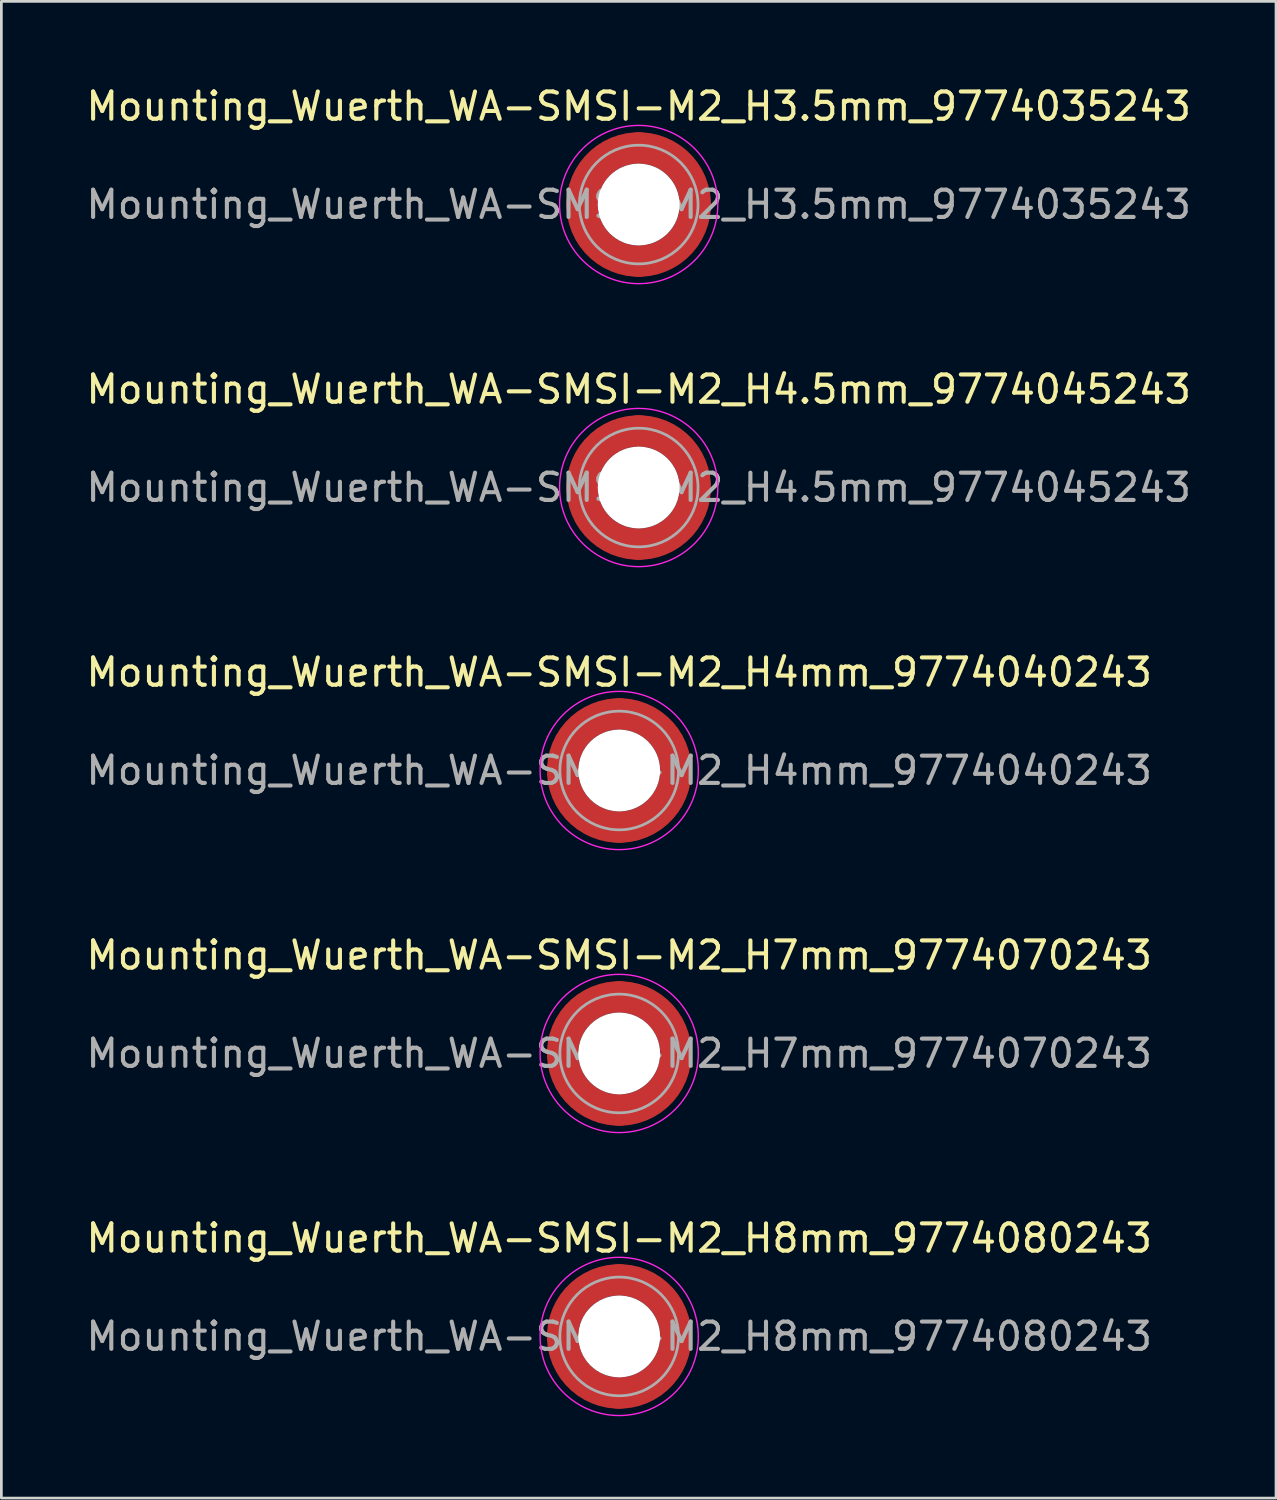
<source format=kicad_pcb>
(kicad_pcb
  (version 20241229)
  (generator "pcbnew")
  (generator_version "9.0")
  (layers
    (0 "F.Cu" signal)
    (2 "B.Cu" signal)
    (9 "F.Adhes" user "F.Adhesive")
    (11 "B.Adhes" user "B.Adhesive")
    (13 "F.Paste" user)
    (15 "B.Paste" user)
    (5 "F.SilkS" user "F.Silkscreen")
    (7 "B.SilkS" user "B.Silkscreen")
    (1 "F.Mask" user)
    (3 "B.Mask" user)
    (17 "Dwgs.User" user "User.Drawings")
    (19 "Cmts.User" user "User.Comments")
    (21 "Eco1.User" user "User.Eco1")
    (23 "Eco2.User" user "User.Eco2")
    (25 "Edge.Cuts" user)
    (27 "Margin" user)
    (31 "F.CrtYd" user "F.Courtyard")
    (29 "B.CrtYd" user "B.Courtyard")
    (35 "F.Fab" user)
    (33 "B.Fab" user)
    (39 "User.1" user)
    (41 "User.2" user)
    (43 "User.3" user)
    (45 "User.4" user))
  (footprint "Mounting_Wuerth_WA-SMSI-M2_H4mm_9774040243"
    (layer "F.Cu")
    (at 19.649 25.195)
    (property "Reference" "Mounting_Wuerth_WA-SMSI-M2_H4mm_9774040243" (at 0 -3.6 0) (layer "F.SilkS") (effects (font (size 1 1) (thickness 0.15))))
    (attr smd)
    (fp_circle (center 0 0) (end 2.9 0) (stroke (width 0.05) (type solid)) (fill no) (layer "F.CrtYd"))
    (fp_circle (center 0 0) (end 2.175 0) (stroke (width 0.1) (type solid)) (fill no) (layer "F.Fab"))
    (fp_text user "${REFERENCE}" (at 0 0 0) (layer "F.Fab") (effects (font (size 1 1) (thickness 0.15))))
    (pad "" smd custom (at -1.453 -1.453) (size 1.01 1.01) (layers "F.Paste") (options (anchor circle)) (primitives (gr_arc (start -0.262632 0.900604) (mid 0.178544 0.178544) (end 0.900604 -0.262632) (width 0.505)) (gr_arc (start -0.526231 0.900604) (mid 0 0) (end 0.900604 -0.526231) (width 0.505)) (gr_arc (start -0.787275 0.900604) (mid -0.178545 -0.178545) (end 0.900604 -0.787275) (width 0.505)) (gr_line (start 0.901 -0.263) (end 0.901 -0.787) (width 0.505)) (gr_line (start -0.263 0.901) (end -0.787 0.901) (width 0.505))))
    (pad "" smd custom (at -1.453 1.453) (size 1.01 1.01) (layers "F.Paste") (options (anchor circle)) (primitives (gr_arc (start 0.900604 0.262632) (mid 0.178544 -0.178544) (end -0.262632 -0.900604) (width 0.505)) (gr_arc (start 0.900604 0.526231) (mid 0 0) (end -0.526231 -0.900604) (width 0.505)) (gr_arc (start 0.900604 0.787275) (mid -0.178545 0.178545) (end -0.787275 -0.900604) (width 0.505)) (gr_line (start -0.263 -0.901) (end -0.787 -0.901) (width 0.505)) (gr_line (start 0.901 0.263) (end 0.901 0.787) (width 0.505))))
    (pad "" np_thru_hole circle (at 0 0) (size 3 3) (drill 3) (layers "*.Cu" "*.Mask"))
    (pad "" smd custom (at 1.453 -1.453) (size 1.01 1.01) (layers "F.Paste") (options (anchor circle)) (primitives (gr_arc (start -0.900604 -0.262632) (mid -0.178544 0.178544) (end 0.262632 0.900604) (width 0.505)) (gr_arc (start -0.900604 -0.526231) (mid 0 0) (end 0.526231 0.900604) (width 0.505)) (gr_arc (start -0.900604 -0.787275) (mid 0.178545 -0.178545) (end 0.787275 0.900604) (width 0.505)) (gr_line (start 0.263 0.901) (end 0.787 0.901) (width 0.505)) (gr_line (start -0.901 -0.263) (end -0.901 -0.787) (width 0.505))))
    (pad "" smd custom (at 1.453 1.453) (size 1.01 1.01) (layers "F.Paste") (options (anchor circle)) (primitives (gr_arc (start 0.262632 -0.900604) (mid -0.178544 -0.178544) (end -0.900604 0.262632) (width 0.505)) (gr_arc (start 0.526231 -0.900604) (mid 0 0) (end -0.900604 0.526231) (width 0.505)) (gr_arc (start 0.787275 -0.900604) (mid 0.178545 0.178545) (end -0.900604 0.787275) (width 0.505)) (gr_line (start -0.901 0.263) (end -0.901 0.787) (width 0.505)) (gr_line (start 0.263 -0.901) (end 0.787 -0.901) (width 0.505))))
    (pad "1" smd circle (at -2.075 0) (size 1.15 1.15) (layers "F.Cu"))
    (pad "1" smd circle (at 0 -2.075) (size 1.15 1.15) (layers "F.Cu"))
    (pad "1" smd circle (at 0 2.075) (size 1.15 1.15) (layers "F.Cu"))
    (pad "1" smd custom (at 2.075 0) (size 1.15 1.15) (layers "F.Cu" "F.Mask") (options (anchor circle)) (primitives (gr_circle (center -2.075 0) (end 0 0) (width 1.15) (fill no)))))
  (footprint "Mounting_Wuerth_WA-SMSI-M2_H3.5mm_9774035243"
    (layer "F.Cu")
    (at 20.363 4.448)
    (property "Reference" "Mounting_Wuerth_WA-SMSI-M2_H3.5mm_9774035243" (at 0 -3.6 0) (layer "F.SilkS") (effects (font (size 1 1) (thickness 0.15))))
    (attr smd)
    (fp_circle (center 0 0) (end 2.9 0) (stroke (width 0.05) (type solid)) (fill no) (layer "F.CrtYd"))
    (fp_circle (center 0 0) (end 2.175 0) (stroke (width 0.1) (type solid)) (fill no) (layer "F.Fab"))
    (fp_text user "${REFERENCE}" (at 0 0 0) (layer "F.Fab") (effects (font (size 1 1) (thickness 0.15))))
    (pad "" smd custom (at -1.453 -1.453) (size 1.01 1.01) (layers "F.Paste") (options (anchor circle)) (primitives (gr_arc (start -0.262632 0.900604) (mid 0.178544 0.178544) (end 0.900604 -0.262632) (width 0.505)) (gr_arc (start -0.526231 0.900604) (mid 0 0) (end 0.900604 -0.526231) (width 0.505)) (gr_arc (start -0.787275 0.900604) (mid -0.178545 -0.178545) (end 0.900604 -0.787275) (width 0.505)) (gr_line (start 0.901 -0.263) (end 0.901 -0.787) (width 0.505)) (gr_line (start -0.263 0.901) (end -0.787 0.901) (width 0.505))))
    (pad "" smd custom (at -1.453 1.453) (size 1.01 1.01) (layers "F.Paste") (options (anchor circle)) (primitives (gr_arc (start 0.900604 0.262632) (mid 0.178544 -0.178544) (end -0.262632 -0.900604) (width 0.505)) (gr_arc (start 0.900604 0.526231) (mid 0 0) (end -0.526231 -0.900604) (width 0.505)) (gr_arc (start 0.900604 0.787275) (mid -0.178545 0.178545) (end -0.787275 -0.900604) (width 0.505)) (gr_line (start -0.263 -0.901) (end -0.787 -0.901) (width 0.505)) (gr_line (start 0.901 0.263) (end 0.901 0.787) (width 0.505))))
    (pad "" np_thru_hole circle (at 0 0) (size 3 3) (drill 3) (layers "*.Cu" "*.Mask"))
    (pad "" smd custom (at 1.453 -1.453) (size 1.01 1.01) (layers "F.Paste") (options (anchor circle)) (primitives (gr_arc (start -0.900604 -0.262632) (mid -0.178544 0.178544) (end 0.262632 0.900604) (width 0.505)) (gr_arc (start -0.900604 -0.526231) (mid 0 0) (end 0.526231 0.900604) (width 0.505)) (gr_arc (start -0.900604 -0.787275) (mid 0.178545 -0.178545) (end 0.787275 0.900604) (width 0.505)) (gr_line (start 0.263 0.901) (end 0.787 0.901) (width 0.505)) (gr_line (start -0.901 -0.263) (end -0.901 -0.787) (width 0.505))))
    (pad "" smd custom (at 1.453 1.453) (size 1.01 1.01) (layers "F.Paste") (options (anchor circle)) (primitives (gr_arc (start 0.262632 -0.900604) (mid -0.178544 -0.178544) (end -0.900604 0.262632) (width 0.505)) (gr_arc (start 0.526231 -0.900604) (mid 0 0) (end -0.900604 0.526231) (width 0.505)) (gr_arc (start 0.787275 -0.900604) (mid 0.178545 0.178545) (end -0.900604 0.787275) (width 0.505)) (gr_line (start -0.901 0.263) (end -0.901 0.787) (width 0.505)) (gr_line (start 0.263 -0.901) (end 0.787 -0.901) (width 0.505))))
    (pad "1" smd circle (at -2.075 0) (size 1.15 1.15) (layers "F.Cu"))
    (pad "1" smd circle (at 0 -2.075) (size 1.15 1.15) (layers "F.Cu"))
    (pad "1" smd circle (at 0 2.075) (size 1.15 1.15) (layers "F.Cu"))
    (pad "1" smd custom (at 2.075 0) (size 1.15 1.15) (layers "F.Cu" "F.Mask") (options (anchor circle)) (primitives (gr_circle (center -2.075 0) (end 0 0) (width 1.15) (fill no)))))
  (footprint "Mounting_Wuerth_WA-SMSI-M2_H8mm_9774080243"
    (layer "F.Cu")
    (at 19.649 45.941)
    (property "Reference" "Mounting_Wuerth_WA-SMSI-M2_H8mm_9774080243" (at 0 -3.6 0) (layer "F.SilkS") (effects (font (size 1 1) (thickness 0.15))))
    (attr smd)
    (fp_circle (center 0 0) (end 2.9 0) (stroke (width 0.05) (type solid)) (fill no) (layer "F.CrtYd"))
    (fp_circle (center 0 0) (end 2.175 0) (stroke (width 0.1) (type solid)) (fill no) (layer "F.Fab"))
    (fp_text user "${REFERENCE}" (at 0 0 0) (layer "F.Fab") (effects (font (size 1 1) (thickness 0.15))))
    (pad "" smd custom (at -1.453 -1.453) (size 1.01 1.01) (layers "F.Paste") (options (anchor circle)) (primitives (gr_arc (start -0.147677 1.053104) (mid 0.286378 0.286378) (end 1.053104 -0.147677) (width 0.2)) (gr_arc (start -0.240295 1.053104) (mid 0.222738 0.222738) (end 1.053104 -0.240295) (width 0.2)) (gr_arc (start -0.332645 1.053104) (mid 0.159099 0.159099) (end 1.053104 -0.332645) (width 0.2)) (gr_arc (start -0.424767 1.053104) (mid 0.095459 0.095459) (end 1.053104 -0.424767) (width 0.2)) (gr_arc (start -0.516693 1.053104) (mid 0.031819 0.031819) (end 1.053104 -0.516693) (width 0.2)) (gr_arc (start -0.608448 1.053104) (mid -0.03182 -0.03182) (end 1.053104 -0.608448) (width 0.2)) (gr_arc (start -0.700056 1.053104) (mid -0.09546 -0.09546) (end 1.053104 -0.700056) (width 0.2)) (gr_arc (start -0.791534 1.053104) (mid -0.159099 -0.159099) (end 1.053104 -0.791534) (width 0.2)) (gr_arc (start -0.882896 1.053104) (mid -0.222738 -0.222738) (end 1.053104 -0.882896) (width 0.2)) (gr_arc (start -0.974157 1.053104) (mid -0.286378 -0.286378) (end 1.053104 -0.974157) (width 0.2)) (gr_line (start 1.053 -0.148) (end 1.053 -0.974) (width 0.2)) (gr_line (start -0.148 1.053) (end -0.974 1.053) (width 0.2))))
    (pad "" smd custom (at -1.453 1.453) (size 1.01 1.01) (layers "F.Paste") (options (anchor circle)) (primitives (gr_arc (start 1.053104 0.147677) (mid 0.286378 -0.286378) (end -0.147677 -1.053104) (width 0.2)) (gr_arc (start 1.053104 0.240295) (mid 0.222738 -0.222738) (end -0.240295 -1.053104) (width 0.2)) (gr_arc (start 1.053104 0.332645) (mid 0.159099 -0.159099) (end -0.332645 -1.053104) (width 0.2)) (gr_arc (start 1.053104 0.424767) (mid 0.095459 -0.095459) (end -0.424767 -1.053104) (width 0.2)) (gr_arc (start 1.053104 0.516693) (mid 0.031819 -0.031819) (end -0.516693 -1.053104) (width 0.2)) (gr_arc (start 1.053104 0.608448) (mid -0.03182 0.03182) (end -0.608448 -1.053104) (width 0.2)) (gr_arc (start 1.053104 0.700056) (mid -0.09546 0.09546) (end -0.700056 -1.053104) (width 0.2)) (gr_arc (start 1.053104 0.791534) (mid -0.159099 0.159099) (end -0.791534 -1.053104) (width 0.2)) (gr_arc (start 1.053104 0.882896) (mid -0.222738 0.222738) (end -0.882896 -1.053104) (width 0.2)) (gr_arc (start 1.053104 0.974157) (mid -0.286378 0.286378) (end -0.974157 -1.053104) (width 0.2)) (gr_line (start -0.148 -1.053) (end -0.974 -1.053) (width 0.2)) (gr_line (start 1.053 0.148) (end 1.053 0.974) (width 0.2))))
    (pad "" np_thru_hole circle (at 0 0) (size 3 3) (drill 3) (layers "*.Cu" "*.Mask"))
    (pad "" smd custom (at 1.453 -1.453) (size 1.01 1.01) (layers "F.Paste") (options (anchor circle)) (primitives (gr_arc (start -1.053104 -0.147677) (mid -0.286378 0.286378) (end 0.147677 1.053104) (width 0.2)) (gr_arc (start -1.053104 -0.240295) (mid -0.222738 0.222738) (end 0.240295 1.053104) (width 0.2)) (gr_arc (start -1.053104 -0.332645) (mid -0.159099 0.159099) (end 0.332645 1.053104) (width 0.2)) (gr_arc (start -1.053104 -0.424767) (mid -0.095459 0.095459) (end 0.424767 1.053104) (width 0.2)) (gr_arc (start -1.053104 -0.516693) (mid -0.031819 0.031819) (end 0.516693 1.053104) (width 0.2)) (gr_arc (start -1.053104 -0.608448) (mid 0.03182 -0.03182) (end 0.608448 1.053104) (width 0.2)) (gr_arc (start -1.053104 -0.700056) (mid 0.09546 -0.09546) (end 0.700056 1.053104) (width 0.2)) (gr_arc (start -1.053104 -0.791534) (mid 0.159099 -0.159099) (end 0.791534 1.053104) (width 0.2)) (gr_arc (start -1.053104 -0.882896) (mid 0.222738 -0.222738) (end 0.882896 1.053104) (width 0.2)) (gr_arc (start -1.053104 -0.974157) (mid 0.286378 -0.286378) (end 0.974157 1.053104) (width 0.2)) (gr_line (start 0.148 1.053) (end 0.974 1.053) (width 0.2)) (gr_line (start -1.053 -0.148) (end -1.053 -0.974) (width 0.2))))
    (pad "" smd custom (at 1.453 1.453) (size 1.01 1.01) (layers "F.Paste") (options (anchor circle)) (primitives (gr_arc (start 0.147677 -1.053104) (mid -0.286378 -0.286378) (end -1.053104 0.147677) (width 0.2)) (gr_arc (start 0.240295 -1.053104) (mid -0.222738 -0.222738) (end -1.053104 0.240295) (width 0.2)) (gr_arc (start 0.332645 -1.053104) (mid -0.159099 -0.159099) (end -1.053104 0.332645) (width 0.2)) (gr_arc (start 0.424767 -1.053104) (mid -0.095459 -0.095459) (end -1.053104 0.424767) (width 0.2)) (gr_arc (start 0.516693 -1.053104) (mid -0.031819 -0.031819) (end -1.053104 0.516693) (width 0.2)) (gr_arc (start 0.608448 -1.053104) (mid 0.03182 0.03182) (end -1.053104 0.608448) (width 0.2)) (gr_arc (start 0.700056 -1.053104) (mid 0.09546 0.09546) (end -1.053104 0.700056) (width 0.2)) (gr_arc (start 0.791534 -1.053104) (mid 0.159099 0.159099) (end -1.053104 0.791534) (width 0.2)) (gr_arc (start 0.882896 -1.053104) (mid 0.222738 0.222738) (end -1.053104 0.882896) (width 0.2)) (gr_arc (start 0.974157 -1.053104) (mid 0.286378 0.286378) (end -1.053104 0.974157) (width 0.2)) (gr_line (start -1.053 0.148) (end -1.053 0.974) (width 0.2)) (gr_line (start 0.148 -1.053) (end 0.974 -1.053) (width 0.2))))
    (pad "1" smd circle (at -2.075 0) (size 1.15 1.15) (layers "F.Cu"))
    (pad "1" smd circle (at 0 -2.075) (size 1.15 1.15) (layers "F.Cu"))
    (pad "1" smd circle (at 0 2.075) (size 1.15 1.15) (layers "F.Cu"))
    (pad "1" smd custom (at 2.075 0) (size 1.15 1.15) (layers "F.Cu" "F.Mask") (options (anchor circle)) (primitives (gr_circle (center -2.075 0) (end 0 0) (width 1.15) (fill no)))))
  (footprint "Mounting_Wuerth_WA-SMSI-M2_H7mm_9774070243"
    (layer "F.Cu")
    (at 19.649 35.568)
    (property "Reference" "Mounting_Wuerth_WA-SMSI-M2_H7mm_9774070243" (at 0 -3.6 0) (layer "F.SilkS") (effects (font (size 1 1) (thickness 0.15))))
    (attr smd)
    (fp_circle (center 0 0) (end 2.9 0) (stroke (width 0.05) (type solid)) (fill no) (layer "F.CrtYd"))
    (fp_circle (center 0 0) (end 2.175 0) (stroke (width 0.1) (type solid)) (fill no) (layer "F.Fab"))
    (fp_text user "${REFERENCE}" (at 0 0 0) (layer "F.Fab") (effects (font (size 1 1) (thickness 0.15))))
    (pad "" smd custom (at -1.453 -1.453) (size 0.505 0.505) (layers "F.Paste") (options (anchor circle)) (primitives (gr_arc (start -0.147677 1.053104) (mid 0.286378 0.286378) (end 1.053104 -0.147677) (width 0.2)) (gr_arc (start -0.240295 1.053104) (mid 0.222738 0.222738) (end 1.053104 -0.240295) (width 0.2)) (gr_arc (start -0.332645 1.053104) (mid 0.159099 0.159099) (end 1.053104 -0.332645) (width 0.2)) (gr_arc (start -0.424767 1.053104) (mid 0.095459 0.095459) (end 1.053104 -0.424767) (width 0.2)) (gr_arc (start -0.516693 1.053104) (mid 0.031819 0.031819) (end 1.053104 -0.516693) (width 0.2)) (gr_arc (start -0.608448 1.053104) (mid -0.03182 -0.03182) (end 1.053104 -0.608448) (width 0.2)) (gr_arc (start -0.700056 1.053104) (mid -0.09546 -0.09546) (end 1.053104 -0.700056) (width 0.2)) (gr_arc (start -0.791534 1.053104) (mid -0.159099 -0.159099) (end 1.053104 -0.791534) (width 0.2)) (gr_arc (start -0.882896 1.053104) (mid -0.222738 -0.222738) (end 1.053104 -0.882896) (width 0.2)) (gr_arc (start -0.974157 1.053104) (mid -0.286378 -0.286378) (end 1.053104 -0.974157) (width 0.2)) (gr_line (start 1.053 -0.148) (end 1.053 -0.974) (width 0.2)) (gr_line (start -0.148 1.053) (end -0.974 1.053) (width 0.2))))
    (pad "" smd custom (at -1.453 1.453) (size 0.505 0.505) (layers "F.Paste") (options (anchor circle)) (primitives (gr_arc (start 1.053104 0.147677) (mid 0.286378 -0.286378) (end -0.147677 -1.053104) (width 0.2)) (gr_arc (start 1.053104 0.240295) (mid 0.222738 -0.222738) (end -0.240295 -1.053104) (width 0.2)) (gr_arc (start 1.053104 0.332645) (mid 0.159099 -0.159099) (end -0.332645 -1.053104) (width 0.2)) (gr_arc (start 1.053104 0.424767) (mid 0.095459 -0.095459) (end -0.424767 -1.053104) (width 0.2)) (gr_arc (start 1.053104 0.516693) (mid 0.031819 -0.031819) (end -0.516693 -1.053104) (width 0.2)) (gr_arc (start 1.053104 0.608448) (mid -0.03182 0.03182) (end -0.608448 -1.053104) (width 0.2)) (gr_arc (start 1.053104 0.700056) (mid -0.09546 0.09546) (end -0.700056 -1.053104) (width 0.2)) (gr_arc (start 1.053104 0.791534) (mid -0.159099 0.159099) (end -0.791534 -1.053104) (width 0.2)) (gr_arc (start 1.053104 0.882896) (mid -0.222738 0.222738) (end -0.882896 -1.053104) (width 0.2)) (gr_arc (start 1.053104 0.974157) (mid -0.286378 0.286378) (end -0.974157 -1.053104) (width 0.2)) (gr_line (start -0.148 -1.053) (end -0.974 -1.053) (width 0.2)) (gr_line (start 1.053 0.148) (end 1.053 0.974) (width 0.2))))
    (pad "" np_thru_hole circle (at 0 0) (size 3 3) (drill 3) (layers "*.Cu" "*.Mask"))
    (pad "" smd custom (at 1.453 -1.453) (size 0.505 0.505) (layers "F.Paste") (options (anchor circle)) (primitives (gr_arc (start -1.053104 -0.147677) (mid -0.286378 0.286378) (end 0.147677 1.053104) (width 0.2)) (gr_arc (start -1.053104 -0.240295) (mid -0.222738 0.222738) (end 0.240295 1.053104) (width 0.2)) (gr_arc (start -1.053104 -0.332645) (mid -0.159099 0.159099) (end 0.332645 1.053104) (width 0.2)) (gr_arc (start -1.053104 -0.424767) (mid -0.095459 0.095459) (end 0.424767 1.053104) (width 0.2)) (gr_arc (start -1.053104 -0.516693) (mid -0.031819 0.031819) (end 0.516693 1.053104) (width 0.2)) (gr_arc (start -1.053104 -0.608448) (mid 0.03182 -0.03182) (end 0.608448 1.053104) (width 0.2)) (gr_arc (start -1.053104 -0.700056) (mid 0.09546 -0.09546) (end 0.700056 1.053104) (width 0.2)) (gr_arc (start -1.053104 -0.791534) (mid 0.159099 -0.159099) (end 0.791534 1.053104) (width 0.2)) (gr_arc (start -1.053104 -0.882896) (mid 0.222738 -0.222738) (end 0.882896 1.053104) (width 0.2)) (gr_arc (start -1.053104 -0.974157) (mid 0.286378 -0.286378) (end 0.974157 1.053104) (width 0.2)) (gr_line (start 0.148 1.053) (end 0.974 1.053) (width 0.2)) (gr_line (start -1.053 -0.148) (end -1.053 -0.974) (width 0.2))))
    (pad "" smd custom (at 1.453 1.453) (size 0.505 0.505) (layers "F.Paste") (options (anchor circle)) (primitives (gr_arc (start 0.147677 -1.053104) (mid -0.286378 -0.286378) (end -1.053104 0.147677) (width 0.2)) (gr_arc (start 0.240295 -1.053104) (mid -0.222738 -0.222738) (end -1.053104 0.240295) (width 0.2)) (gr_arc (start 0.332645 -1.053104) (mid -0.159099 -0.159099) (end -1.053104 0.332645) (width 0.2)) (gr_arc (start 0.424767 -1.053104) (mid -0.095459 -0.095459) (end -1.053104 0.424767) (width 0.2)) (gr_arc (start 0.516693 -1.053104) (mid -0.031819 -0.031819) (end -1.053104 0.516693) (width 0.2)) (gr_arc (start 0.608448 -1.053104) (mid 0.03182 0.03182) (end -1.053104 0.608448) (width 0.2)) (gr_arc (start 0.700056 -1.053104) (mid 0.09546 0.09546) (end -1.053104 0.700056) (width 0.2)) (gr_arc (start 0.791534 -1.053104) (mid 0.159099 0.159099) (end -1.053104 0.791534) (width 0.2)) (gr_arc (start 0.882896 -1.053104) (mid 0.222738 0.222738) (end -1.053104 0.882896) (width 0.2)) (gr_arc (start 0.974157 -1.053104) (mid 0.286378 0.286378) (end -1.053104 0.974157) (width 0.2)) (gr_line (start -1.053 0.148) (end -1.053 0.974) (width 0.2)) (gr_line (start 0.148 -1.053) (end 0.974 -1.053) (width 0.2))))
    (pad "1" smd circle (at -2.075 0) (size 1.15 1.15) (layers "F.Cu"))
    (pad "1" smd circle (at 0 -2.075) (size 1.15 1.15) (layers "F.Cu"))
    (pad "1" smd circle (at 0 2.075) (size 1.15 1.15) (layers "F.Cu"))
    (pad "1" smd custom (at 2.075 0) (size 1.15 1.15) (layers "F.Cu" "F.Mask") (options (anchor circle)) (primitives (gr_circle (center -2.075 0) (end 0 0) (width 1.15) (fill no)))))
  (footprint "Mounting_Wuerth_WA-SMSI-M2_H4.5mm_9774045243"
    (layer "F.Cu")
    (at 20.363 14.822)
    (property "Reference" "Mounting_Wuerth_WA-SMSI-M2_H4.5mm_9774045243" (at 0 -3.6 0) (layer "F.SilkS") (effects (font (size 1 1) (thickness 0.15))))
    (attr smd)
    (fp_circle (center 0 0) (end 2.9 0) (stroke (width 0.05) (type solid)) (fill no) (layer "F.CrtYd"))
    (fp_circle (center 0 0) (end 2.175 0) (stroke (width 0.1) (type solid)) (fill no) (layer "F.Fab"))
    (fp_text user "${REFERENCE}" (at 0 0 0) (layer "F.Fab") (effects (font (size 1 1) (thickness 0.15))))
    (pad "" smd custom (at -1.453 -1.453) (size 1.01 1.01) (layers "F.Paste") (options (anchor circle)) (primitives (gr_arc (start -0.262632 0.900604) (mid 0.178544 0.178544) (end 0.900604 -0.262632) (width 0.505)) (gr_arc (start -0.526231 0.900604) (mid 0 0) (end 0.900604 -0.526231) (width 0.505)) (gr_arc (start -0.787275 0.900604) (mid -0.178545 -0.178545) (end 0.900604 -0.787275) (width 0.505)) (gr_line (start 0.901 -0.263) (end 0.901 -0.787) (width 0.505)) (gr_line (start -0.263 0.901) (end -0.787 0.901) (width 0.505))))
    (pad "" smd custom (at -1.453 1.453) (size 1.01 1.01) (layers "F.Paste") (options (anchor circle)) (primitives (gr_arc (start 0.900604 0.262632) (mid 0.178544 -0.178544) (end -0.262632 -0.900604) (width 0.505)) (gr_arc (start 0.900604 0.526231) (mid 0 0) (end -0.526231 -0.900604) (width 0.505)) (gr_arc (start 0.900604 0.787275) (mid -0.178545 0.178545) (end -0.787275 -0.900604) (width 0.505)) (gr_line (start -0.263 -0.901) (end -0.787 -0.901) (width 0.505)) (gr_line (start 0.901 0.263) (end 0.901 0.787) (width 0.505))))
    (pad "" np_thru_hole circle (at 0 0) (size 3 3) (drill 3) (layers "*.Cu" "*.Mask"))
    (pad "" smd custom (at 1.453 -1.453) (size 1.01 1.01) (layers "F.Paste") (options (anchor circle)) (primitives (gr_arc (start -0.900604 -0.262632) (mid -0.178544 0.178544) (end 0.262632 0.900604) (width 0.505)) (gr_arc (start -0.900604 -0.526231) (mid 0 0) (end 0.526231 0.900604) (width 0.505)) (gr_arc (start -0.900604 -0.787275) (mid 0.178545 -0.178545) (end 0.787275 0.900604) (width 0.505)) (gr_line (start 0.263 0.901) (end 0.787 0.901) (width 0.505)) (gr_line (start -0.901 -0.263) (end -0.901 -0.787) (width 0.505))))
    (pad "" smd custom (at 1.453 1.453) (size 1.01 1.01) (layers "F.Paste") (options (anchor circle)) (primitives (gr_arc (start 0.262632 -0.900604) (mid -0.178544 -0.178544) (end -0.900604 0.262632) (width 0.505)) (gr_arc (start 0.526231 -0.900604) (mid 0 0) (end -0.900604 0.526231) (width 0.505)) (gr_arc (start 0.787275 -0.900604) (mid 0.178545 0.178545) (end -0.900604 0.787275) (width 0.505)) (gr_line (start -0.901 0.263) (end -0.901 0.787) (width 0.505)) (gr_line (start 0.263 -0.901) (end 0.787 -0.901) (width 0.505))))
    (pad "1" smd circle (at -2.075 0) (size 1.15 1.15) (layers "F.Cu"))
    (pad "1" smd circle (at 0 -2.075) (size 1.15 1.15) (layers "F.Cu"))
    (pad "1" smd circle (at 0 2.075) (size 1.15 1.15) (layers "F.Cu"))
    (pad "1" smd custom (at 2.075 0) (size 1.15 1.15) (layers "F.Cu" "F.Mask") (options (anchor circle)) (primitives (gr_circle (center -2.075 0) (end 0 0) (width 1.15) (fill no)))))
  (gr_rect
    (start -3 -3)
    (end 43.726 51.866)
    (stroke (width 0.1) (type default))
    (fill no)
    (layer "Edge.Cuts")))
</source>
